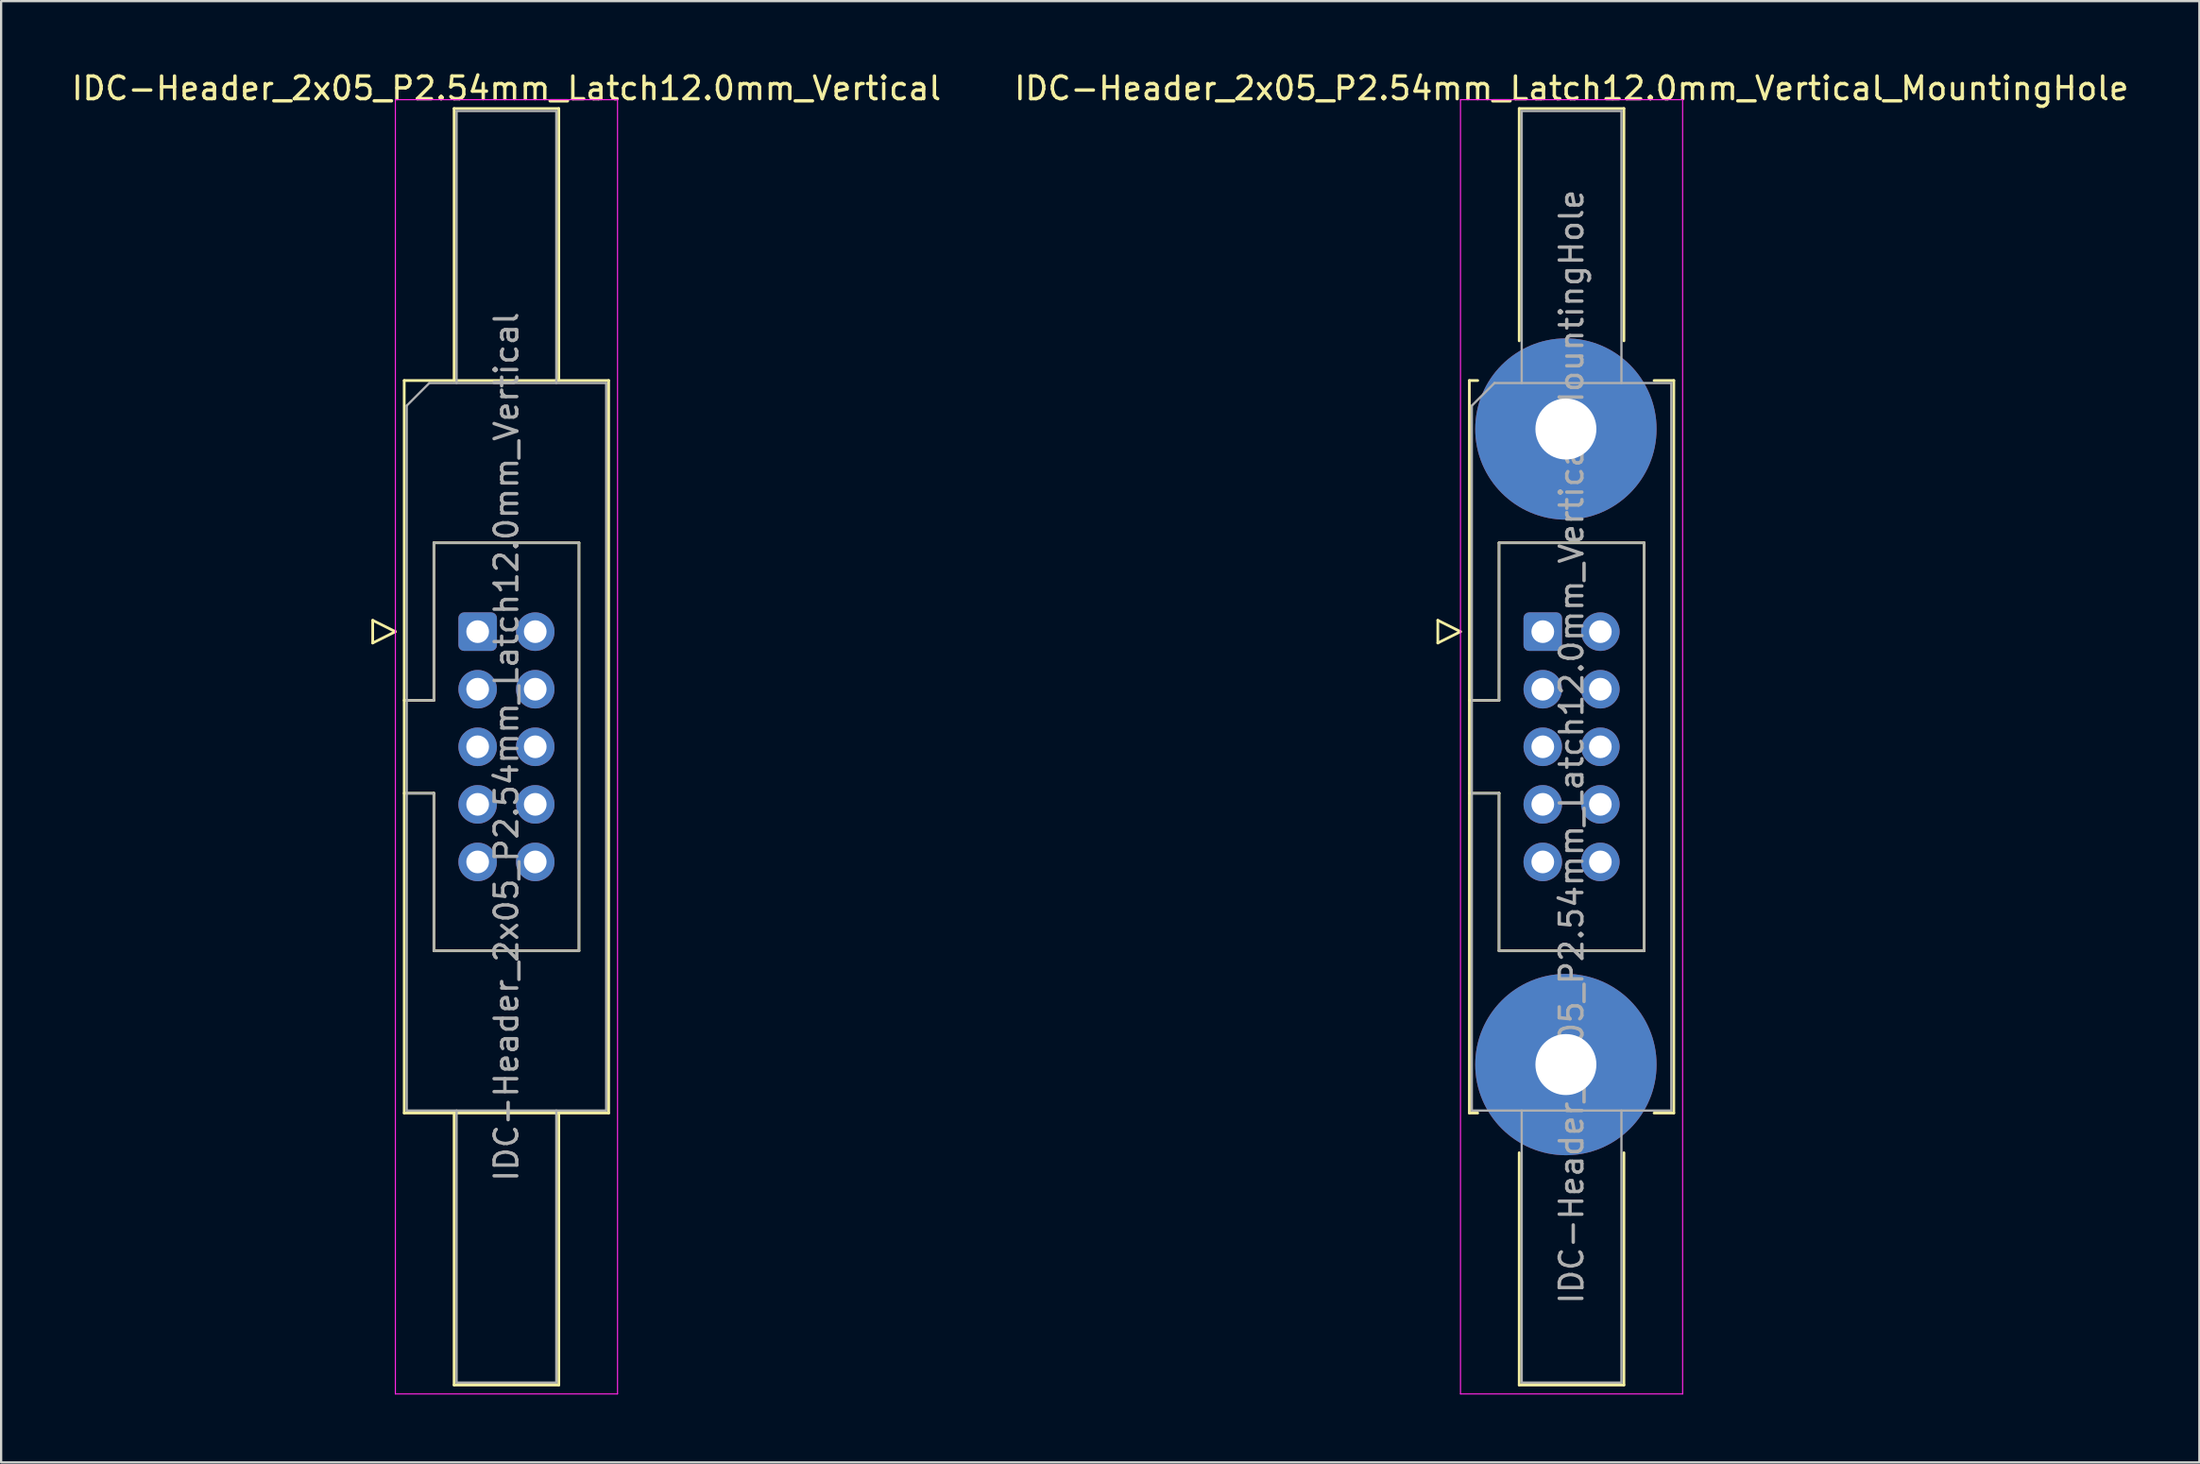
<source format=kicad_pcb>
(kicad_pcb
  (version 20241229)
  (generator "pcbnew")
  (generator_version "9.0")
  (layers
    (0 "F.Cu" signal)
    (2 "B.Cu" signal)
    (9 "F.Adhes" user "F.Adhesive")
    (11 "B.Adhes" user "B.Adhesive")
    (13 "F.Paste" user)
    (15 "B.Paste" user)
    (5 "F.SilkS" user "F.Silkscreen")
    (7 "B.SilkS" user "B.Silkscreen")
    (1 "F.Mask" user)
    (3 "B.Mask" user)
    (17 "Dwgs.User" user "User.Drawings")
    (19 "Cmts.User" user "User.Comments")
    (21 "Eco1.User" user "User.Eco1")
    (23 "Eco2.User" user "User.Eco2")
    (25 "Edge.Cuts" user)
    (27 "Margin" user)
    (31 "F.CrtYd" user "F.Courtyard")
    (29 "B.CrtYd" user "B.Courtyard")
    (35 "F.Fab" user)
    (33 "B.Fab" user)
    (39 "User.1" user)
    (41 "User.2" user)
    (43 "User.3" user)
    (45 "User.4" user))
  (footprint "IDC-Header_2x05_P2.54mm_Latch12.0mm_Vertical_MountingHole"
    (layer "F.Cu")
    (at 65.01 24.818)
    (property "Reference" "IDC-Header_2x05_P2.54mm_Latch12.0mm_Vertical_MountingHole" (at 1.27 -23.97 0) (layer "F.SilkS") (effects (font (size 1 1) (thickness 0.15))))
    (attr through_hole)
    (fp_line (start -4.63 -0.5) (end -4.63 0.5) (stroke (width 0.12) (type solid)) (layer "F.SilkS"))
    (fp_line (start -4.63 0.5) (end -3.63 0) (stroke (width 0.12) (type solid)) (layer "F.SilkS"))
    (fp_line (start -3.63 0) (end -4.63 -0.5) (stroke (width 0.12) (type solid)) (layer "F.SilkS"))
    (fp_line (start -3.24 -11.08) (end -3.24 21.24) (stroke (width 0.12) (type solid)) (layer "F.SilkS"))
    (fp_line (start -3.24 3.03) (end -1.93 3.03) (stroke (width 0.12) (type solid)) (layer "F.SilkS"))
    (fp_line (start -3.24 21.24) (end -2.87 21.24) (stroke (width 0.12) (type solid)) (layer "F.SilkS"))
    (fp_line (start -2.87 -11.08) (end -3.24 -11.08) (stroke (width 0.12) (type solid)) (layer "F.SilkS"))
    (fp_line (start -1.93 -3.92) (end 4.47 -3.92) (stroke (width 0.12) (type solid)) (layer "F.SilkS"))
    (fp_line (start -1.93 3.03) (end -1.93 -3.92) (stroke (width 0.12) (type solid)) (layer "F.SilkS"))
    (fp_line (start -1.93 7.13) (end -3.24 7.13) (stroke (width 0.12) (type solid)) (layer "F.SilkS"))
    (fp_line (start -1.93 7.13) (end -1.93 7.13) (stroke (width 0.12) (type solid)) (layer "F.SilkS"))
    (fp_line (start -1.93 14.08) (end -1.93 7.13) (stroke (width 0.12) (type solid)) (layer "F.SilkS"))
    (fp_line (start -1.04 -23.08) (end 3.58 -23.08) (stroke (width 0.12) (type solid)) (layer "F.SilkS"))
    (fp_line (start -1.04 -12.83) (end -1.04 -23.08) (stroke (width 0.12) (type solid)) (layer "F.SilkS"))
    (fp_line (start -1.04 22.99) (end -1.04 33.24) (stroke (width 0.12) (type solid)) (layer "F.SilkS"))
    (fp_line (start -1.04 33.24) (end 3.58 33.24) (stroke (width 0.12) (type solid)) (layer "F.SilkS"))
    (fp_line (start 3.58 -23.08) (end 3.58 -12.83) (stroke (width 0.12) (type solid)) (layer "F.SilkS"))
    (fp_line (start 3.58 33.24) (end 3.58 22.99) (stroke (width 0.12) (type solid)) (layer "F.SilkS"))
    (fp_line (start 4.47 -3.92) (end 4.47 14.08) (stroke (width 0.12) (type solid)) (layer "F.SilkS"))
    (fp_line (start 4.47 14.08) (end -1.93 14.08) (stroke (width 0.12) (type solid)) (layer "F.SilkS"))
    (fp_line (start 4.91 -11.08) (end 5.78 -11.08) (stroke (width 0.12) (type solid)) (layer "F.SilkS"))
    (fp_line (start 5.78 -11.08) (end 5.78 21.24) (stroke (width 0.12) (type solid)) (layer "F.SilkS"))
    (fp_line (start 5.78 21.24) (end 4.91 21.24) (stroke (width 0.12) (type solid)) (layer "F.SilkS"))
    (fp_line (start -3.63 -23.47) (end -3.63 33.63) (stroke (width 0.05) (type solid)) (layer "F.CrtYd"))
    (fp_line (start -3.63 33.63) (end 6.17 33.63) (stroke (width 0.05) (type solid)) (layer "F.CrtYd"))
    (fp_line (start 6.17 -23.47) (end -3.63 -23.47) (stroke (width 0.05) (type solid)) (layer "F.CrtYd"))
    (fp_line (start 6.17 33.63) (end 6.17 -23.47) (stroke (width 0.05) (type solid)) (layer "F.CrtYd"))
    (fp_line (start -3.13 -9.97) (end -2.13 -10.97) (stroke (width 0.1) (type solid)) (layer "F.Fab"))
    (fp_line (start -3.13 3.03) (end -1.93 3.03) (stroke (width 0.1) (type solid)) (layer "F.Fab"))
    (fp_line (start -3.13 21.13) (end -3.13 -9.97) (stroke (width 0.1) (type solid)) (layer "F.Fab"))
    (fp_line (start -2.13 -10.97) (end 5.67 -10.97) (stroke (width 0.1) (type solid)) (layer "F.Fab"))
    (fp_line (start -1.93 -3.92) (end 4.47 -3.92) (stroke (width 0.1) (type solid)) (layer "F.Fab"))
    (fp_line (start -1.93 3.03) (end -1.93 -3.92) (stroke (width 0.1) (type solid)) (layer "F.Fab"))
    (fp_line (start -1.93 7.13) (end -3.13 7.13) (stroke (width 0.1) (type solid)) (layer "F.Fab"))
    (fp_line (start -1.93 7.13) (end -1.93 7.13) (stroke (width 0.1) (type solid)) (layer "F.Fab"))
    (fp_line (start -1.93 14.08) (end -1.93 7.13) (stroke (width 0.1) (type solid)) (layer "F.Fab"))
    (fp_line (start -0.93 -22.97) (end 3.47 -22.97) (stroke (width 0.1) (type solid)) (layer "F.Fab"))
    (fp_line (start -0.93 -10.97) (end -0.93 -22.97) (stroke (width 0.1) (type solid)) (layer "F.Fab"))
    (fp_line (start -0.93 21.13) (end -0.93 33.13) (stroke (width 0.1) (type solid)) (layer "F.Fab"))
    (fp_line (start -0.93 33.13) (end 3.47 33.13) (stroke (width 0.1) (type solid)) (layer "F.Fab"))
    (fp_line (start 3.47 -22.97) (end 3.47 -10.97) (stroke (width 0.1) (type solid)) (layer "F.Fab"))
    (fp_line (start 3.47 33.13) (end 3.47 21.13) (stroke (width 0.1) (type solid)) (layer "F.Fab"))
    (fp_line (start 4.47 -3.92) (end 4.47 14.08) (stroke (width 0.1) (type solid)) (layer "F.Fab"))
    (fp_line (start 4.47 14.08) (end -1.93 14.08) (stroke (width 0.1) (type solid)) (layer "F.Fab"))
    (fp_line (start 5.67 -10.97) (end 5.67 21.13) (stroke (width 0.1) (type solid)) (layer "F.Fab"))
    (fp_line (start 5.67 21.13) (end -3.13 21.13) (stroke (width 0.1) (type solid)) (layer "F.Fab"))
    (fp_text user "${REFERENCE}" (at 1.27 5.08 90) (layer "F.Fab") (effects (font (size 1 1) (thickness 0.15))))
    (pad "" thru_hole circle (at 1.02 -8.94) (size 8 8) (drill 2.69) (layers "*.Cu" "*.Mask"))
    (pad "" thru_hole circle (at 1.02 19.1) (size 8 8) (drill 2.69) (layers "*.Cu" "*.Mask"))
    (pad "1" thru_hole roundrect (at 0 0) (size 1.7 1.7) (drill 1) (layers "*.Cu" "*.Mask") (roundrect_rratio 0.147))
    (pad "2" thru_hole circle (at 2.54 0) (size 1.7 1.7) (drill 1) (layers "*.Cu" "*.Mask"))
    (pad "3" thru_hole circle (at 0 2.54) (size 1.7 1.7) (drill 1) (layers "*.Cu" "*.Mask"))
    (pad "4" thru_hole circle (at 2.54 2.54) (size 1.7 1.7) (drill 1) (layers "*.Cu" "*.Mask"))
    (pad "5" thru_hole circle (at 0 5.08) (size 1.7 1.7) (drill 1) (layers "*.Cu" "*.Mask"))
    (pad "6" thru_hole circle (at 2.54 5.08) (size 1.7 1.7) (drill 1) (layers "*.Cu" "*.Mask"))
    (pad "7" thru_hole circle (at 0 7.62) (size 1.7 1.7) (drill 1) (layers "*.Cu" "*.Mask"))
    (pad "8" thru_hole circle (at 2.54 7.62) (size 1.7 1.7) (drill 1) (layers "*.Cu" "*.Mask"))
    (pad "9" thru_hole circle (at 0 10.16) (size 1.7 1.7) (drill 1) (layers "*.Cu" "*.Mask"))
    (pad "10" thru_hole circle (at 2.54 10.16) (size 1.7 1.7) (drill 1) (layers "*.Cu" "*.Mask")))
  (footprint "IDC-Header_2x05_P2.54mm_Latch12.0mm_Vertical"
    (layer "F.Cu")
    (at 18.022 24.818)
    (property "Reference" "IDC-Header_2x05_P2.54mm_Latch12.0mm_Vertical" (at 1.27 -23.97 0) (layer "F.SilkS") (effects (font (size 1 1) (thickness 0.15))))
    (attr through_hole)
    (fp_line (start -4.63 -0.5) (end -4.63 0.5) (stroke (width 0.12) (type solid)) (layer "F.SilkS"))
    (fp_line (start -4.63 0.5) (end -3.63 0) (stroke (width 0.12) (type solid)) (layer "F.SilkS"))
    (fp_line (start -3.63 0) (end -4.63 -0.5) (stroke (width 0.12) (type solid)) (layer "F.SilkS"))
    (fp_line (start -3.24 -11.08) (end 5.78 -11.08) (stroke (width 0.12) (type solid)) (layer "F.SilkS"))
    (fp_line (start -3.24 3.03) (end -1.93 3.03) (stroke (width 0.12) (type solid)) (layer "F.SilkS"))
    (fp_line (start -3.24 21.24) (end -3.24 -11.08) (stroke (width 0.12) (type solid)) (layer "F.SilkS"))
    (fp_line (start -1.93 -3.92) (end 4.47 -3.92) (stroke (width 0.12) (type solid)) (layer "F.SilkS"))
    (fp_line (start -1.93 3.03) (end -1.93 -3.92) (stroke (width 0.12) (type solid)) (layer "F.SilkS"))
    (fp_line (start -1.93 7.13) (end -3.24 7.13) (stroke (width 0.12) (type solid)) (layer "F.SilkS"))
    (fp_line (start -1.93 7.13) (end -1.93 7.13) (stroke (width 0.12) (type solid)) (layer "F.SilkS"))
    (fp_line (start -1.93 14.08) (end -1.93 7.13) (stroke (width 0.12) (type solid)) (layer "F.SilkS"))
    (fp_line (start -1.04 -23.08) (end 3.58 -23.08) (stroke (width 0.12) (type solid)) (layer "F.SilkS"))
    (fp_line (start -1.04 -11.08) (end -1.04 -23.08) (stroke (width 0.12) (type solid)) (layer "F.SilkS"))
    (fp_line (start -1.04 21.24) (end -1.04 33.24) (stroke (width 0.12) (type solid)) (layer "F.SilkS"))
    (fp_line (start -1.04 33.24) (end 3.58 33.24) (stroke (width 0.12) (type solid)) (layer "F.SilkS"))
    (fp_line (start 3.58 -23.08) (end 3.58 -11.08) (stroke (width 0.12) (type solid)) (layer "F.SilkS"))
    (fp_line (start 3.58 33.24) (end 3.58 21.24) (stroke (width 0.12) (type solid)) (layer "F.SilkS"))
    (fp_line (start 4.47 -3.92) (end 4.47 14.08) (stroke (width 0.12) (type solid)) (layer "F.SilkS"))
    (fp_line (start 4.47 14.08) (end -1.93 14.08) (stroke (width 0.12) (type solid)) (layer "F.SilkS"))
    (fp_line (start 5.78 -11.08) (end 5.78 21.24) (stroke (width 0.12) (type solid)) (layer "F.SilkS"))
    (fp_line (start 5.78 21.24) (end -3.24 21.24) (stroke (width 0.12) (type solid)) (layer "F.SilkS"))
    (fp_line (start -3.63 -23.47) (end -3.63 33.63) (stroke (width 0.05) (type solid)) (layer "F.CrtYd"))
    (fp_line (start -3.63 33.63) (end 6.17 33.63) (stroke (width 0.05) (type solid)) (layer "F.CrtYd"))
    (fp_line (start 6.17 -23.47) (end -3.63 -23.47) (stroke (width 0.05) (type solid)) (layer "F.CrtYd"))
    (fp_line (start 6.17 33.63) (end 6.17 -23.47) (stroke (width 0.05) (type solid)) (layer "F.CrtYd"))
    (fp_line (start -3.13 -9.97) (end -2.13 -10.97) (stroke (width 0.1) (type solid)) (layer "F.Fab"))
    (fp_line (start -3.13 3.03) (end -1.93 3.03) (stroke (width 0.1) (type solid)) (layer "F.Fab"))
    (fp_line (start -3.13 21.13) (end -3.13 -9.97) (stroke (width 0.1) (type solid)) (layer "F.Fab"))
    (fp_line (start -2.13 -10.97) (end 5.67 -10.97) (stroke (width 0.1) (type solid)) (layer "F.Fab"))
    (fp_line (start -1.93 -3.92) (end 4.47 -3.92) (stroke (width 0.1) (type solid)) (layer "F.Fab"))
    (fp_line (start -1.93 3.03) (end -1.93 -3.92) (stroke (width 0.1) (type solid)) (layer "F.Fab"))
    (fp_line (start -1.93 7.13) (end -3.13 7.13) (stroke (width 0.1) (type solid)) (layer "F.Fab"))
    (fp_line (start -1.93 7.13) (end -1.93 7.13) (stroke (width 0.1) (type solid)) (layer "F.Fab"))
    (fp_line (start -1.93 14.08) (end -1.93 7.13) (stroke (width 0.1) (type solid)) (layer "F.Fab"))
    (fp_line (start -0.93 -22.97) (end 3.47 -22.97) (stroke (width 0.1) (type solid)) (layer "F.Fab"))
    (fp_line (start -0.93 -10.97) (end -0.93 -22.97) (stroke (width 0.1) (type solid)) (layer "F.Fab"))
    (fp_line (start -0.93 21.13) (end -0.93 33.13) (stroke (width 0.1) (type solid)) (layer "F.Fab"))
    (fp_line (start -0.93 33.13) (end 3.47 33.13) (stroke (width 0.1) (type solid)) (layer "F.Fab"))
    (fp_line (start 3.47 -22.97) (end 3.47 -10.97) (stroke (width 0.1) (type solid)) (layer "F.Fab"))
    (fp_line (start 3.47 33.13) (end 3.47 21.13) (stroke (width 0.1) (type solid)) (layer "F.Fab"))
    (fp_line (start 4.47 -3.92) (end 4.47 14.08) (stroke (width 0.1) (type solid)) (layer "F.Fab"))
    (fp_line (start 4.47 14.08) (end -1.93 14.08) (stroke (width 0.1) (type solid)) (layer "F.Fab"))
    (fp_line (start 5.67 -10.97) (end 5.67 21.13) (stroke (width 0.1) (type solid)) (layer "F.Fab"))
    (fp_line (start 5.67 21.13) (end -3.13 21.13) (stroke (width 0.1) (type solid)) (layer "F.Fab"))
    (fp_text user "${REFERENCE}" (at 1.27 5.08 90) (layer "F.Fab") (effects (font (size 1 1) (thickness 0.15))))
    (pad "1" thru_hole roundrect (at 0 0) (size 1.7 1.7) (drill 1) (layers "*.Cu" "*.Mask") (roundrect_rratio 0.147))
    (pad "2" thru_hole circle (at 2.54 0) (size 1.7 1.7) (drill 1) (layers "*.Cu" "*.Mask"))
    (pad "3" thru_hole circle (at 0 2.54) (size 1.7 1.7) (drill 1) (layers "*.Cu" "*.Mask"))
    (pad "4" thru_hole circle (at 2.54 2.54) (size 1.7 1.7) (drill 1) (layers "*.Cu" "*.Mask"))
    (pad "5" thru_hole circle (at 0 5.08) (size 1.7 1.7) (drill 1) (layers "*.Cu" "*.Mask"))
    (pad "6" thru_hole circle (at 2.54 5.08) (size 1.7 1.7) (drill 1) (layers "*.Cu" "*.Mask"))
    (pad "7" thru_hole circle (at 0 7.62) (size 1.7 1.7) (drill 1) (layers "*.Cu" "*.Mask"))
    (pad "8" thru_hole circle (at 2.54 7.62) (size 1.7 1.7) (drill 1) (layers "*.Cu" "*.Mask"))
    (pad "9" thru_hole circle (at 0 10.16) (size 1.7 1.7) (drill 1) (layers "*.Cu" "*.Mask"))
    (pad "10" thru_hole circle (at 2.54 10.16) (size 1.7 1.7) (drill 1) (layers "*.Cu" "*.Mask")))
  (gr_rect
    (start -3 -3)
    (end 93.976 61.473)
    (stroke (width 0.1) (type default))
    (fill no)
    (layer "Edge.Cuts")))
</source>
